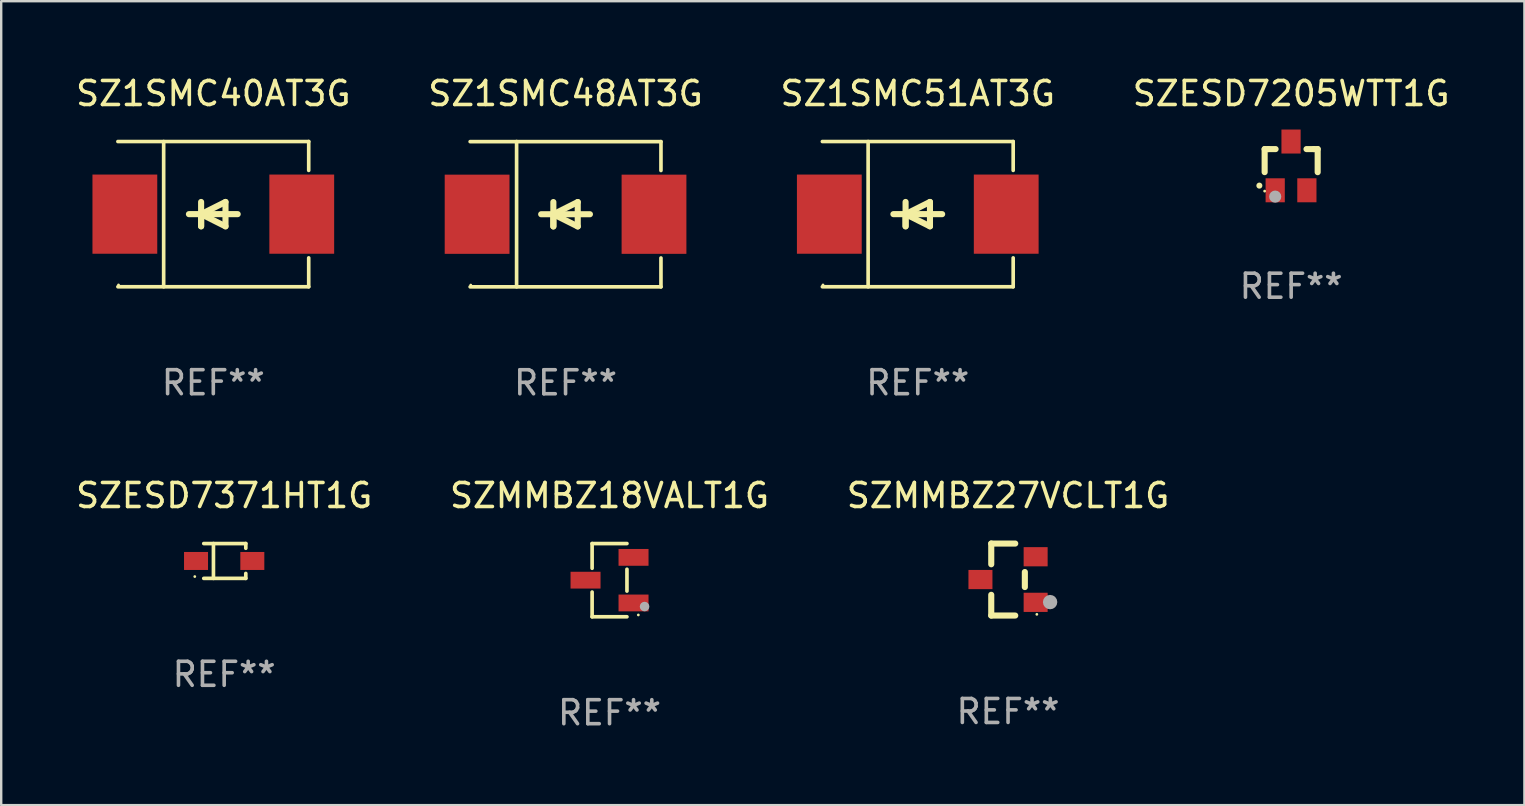
<source format=kicad_pcb>
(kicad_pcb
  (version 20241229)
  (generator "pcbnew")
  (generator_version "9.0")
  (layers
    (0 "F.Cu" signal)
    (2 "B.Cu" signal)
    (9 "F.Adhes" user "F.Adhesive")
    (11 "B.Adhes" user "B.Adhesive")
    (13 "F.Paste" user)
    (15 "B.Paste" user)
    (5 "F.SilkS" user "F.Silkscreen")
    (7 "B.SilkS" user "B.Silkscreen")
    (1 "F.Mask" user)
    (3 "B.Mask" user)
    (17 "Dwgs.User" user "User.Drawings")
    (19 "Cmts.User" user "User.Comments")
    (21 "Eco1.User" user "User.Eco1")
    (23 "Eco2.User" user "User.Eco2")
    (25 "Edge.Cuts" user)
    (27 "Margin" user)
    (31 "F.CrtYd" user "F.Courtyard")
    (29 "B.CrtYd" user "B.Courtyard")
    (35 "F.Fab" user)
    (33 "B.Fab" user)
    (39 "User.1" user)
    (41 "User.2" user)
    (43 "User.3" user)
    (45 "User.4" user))
  (footprint "SZESD7371HT1G"
    (layer "F.Cu")
    (at 6.292 20.327)
    (property "Reference" "SZESD7371HT1G" (at 0 -2.726 0) (layer "F.SilkS") (effects (font (size 1 1) (thickness 0.15))))
    (attr through_hole)
    (fp_line (start -0.851 -0.726) (end 0.901 -0.726) (stroke (width 0.152) (type solid)) (layer "F.SilkS"))
    (fp_line (start -0.851 0.726) (end 0.901 0.726) (stroke (width 0.152) (type solid)) (layer "F.SilkS"))
    (fp_line (start -0.447 -0.726) (end -0.447 0.726) (stroke (width 0.152) (type solid)) (layer "F.SilkS"))
    (fp_line (start 0.901 -0.726) (end 0.901 -0.53) (stroke (width 0.152) (type solid)) (layer "F.SilkS"))
    (fp_line (start 0.901 0.726) (end 0.901 0.52) (stroke (width 0.152) (type solid)) (layer "F.SilkS"))
    (fp_circle (center -1.225 0.65) (end -1.195 0.65) (stroke (width 0.06) (type solid)) (fill no) (layer "F.SilkS"))
    (fp_text user "REF**" (at 0 4.726 0) (layer "F.Fab") (effects (font (size 1 1) (thickness 0.15))))
    (pad "1" smd rect (at -1.173 0) (size 1 0.75) (layers "F.Cu" "F.Mask" "F.Paste"))
    (pad "2" smd rect (at 1.173 0) (size 1 0.75) (layers "F.Cu" "F.Mask" "F.Paste")))
  (footprint "SZMMBZ18VALT1G"
    (layer "F.Cu")
    (at 22.351 21.127)
    (property "Reference" "SZMMBZ18VALT1G" (at 0 -3.526 0) (layer "F.SilkS") (effects (font (size 1 1) (thickness 0.15))))
    (attr through_hole)
    (fp_line (start -0.726 -1.526) (end -0.726 -0.495) (stroke (width 0.152) (type solid)) (layer "F.SilkS"))
    (fp_line (start -0.726 1.526) (end -0.726 0.495) (stroke (width 0.152) (type solid)) (layer "F.SilkS"))
    (fp_line (start 0.726 -1.526) (end -0.726 -1.526) (stroke (width 0.152) (type solid)) (layer "F.SilkS"))
    (fp_line (start 0.726 -0.455) (end 0.726 0.455) (stroke (width 0.152) (type solid)) (layer "F.SilkS"))
    (fp_line (start 0.726 1.526) (end -0.726 1.526) (stroke (width 0.152) (type solid)) (layer "F.SilkS"))
    (fp_circle (center 1.2 1.45) (end 1.23 1.45) (stroke (width 0.06) (type solid)) (fill no) (layer "F.SilkS"))
    (fp_circle (center 1.46 1.1) (end 1.56 1.1) (stroke (width 0.2) (type solid)) (fill no) (layer "F.Fab"))
    (fp_text user "REF**" (at 0 5.526 0) (layer "F.Fab") (effects (font (size 1 1) (thickness 0.15))))
    (pad "1" smd rect (at 1 0.95) (size 1.25 0.7) (layers "F.Cu" "F.Mask" "F.Paste"))
    (pad "2" smd rect (at 1 -0.95) (size 1.25 0.7) (layers "F.Cu" "F.Mask" "F.Paste"))
    (pad "3" smd rect (at -1 0) (size 1.25 0.7) (layers "F.Cu" "F.Mask" "F.Paste")))
  (footprint "SZ1SMC51AT3G"
    (layer "F.Cu")
    (at 35.196 5.874)
    (property "Reference" "SZ1SMC51AT3G" (at 0 -5.026 0) (layer "F.SilkS") (effects (font (size 1 1) (thickness 0.15))))
    (attr through_hole)
    (fp_line (start -3.976 -3.026) (end 3.976 -3.026) (stroke (width 0.152) (type solid)) (layer "F.SilkS"))
    (fp_line (start -3.976 3.026) (end 3.976 3.026) (stroke (width 0.152) (type solid)) (layer "F.SilkS"))
    (fp_line (start -2.069 -3.026) (end -2.069 3.026) (stroke (width 0.152) (type solid)) (layer "F.SilkS"))
    (fp_line (start -0.508 0) (end -0.508 0.508) (stroke (width 0.254) (type solid)) (layer "F.SilkS"))
    (fp_line (start -0.508 0) (end 0.508 0.508) (stroke (width 0.254) (type solid)) (layer "F.SilkS"))
    (fp_line (start -0.508 0.508) (end -0.508 -0.508) (stroke (width 0.254) (type solid)) (layer "F.SilkS"))
    (fp_line (start 0.508 -0.508) (end -0.508 0) (stroke (width 0.254) (type solid)) (layer "F.SilkS"))
    (fp_line (start 0.508 0.508) (end 0.508 -0.508) (stroke (width 0.254) (type solid)) (layer "F.SilkS"))
    (fp_line (start 1.016 0) (end -1.016 0) (stroke (width 0.254) (type solid)) (layer "F.SilkS"))
    (fp_line (start 3.976 -3.026) (end 3.976 -1.823) (stroke (width 0.152) (type solid)) (layer "F.SilkS"))
    (fp_line (start 3.976 3.026) (end 3.976 1.823) (stroke (width 0.152) (type solid)) (layer "F.SilkS"))
    (fp_circle (center -3.95 2.95) (end -3.92 2.95) (stroke (width 0.06) (type solid)) (fill no) (layer "F.SilkS"))
    (fp_text user "REF**" (at 0 7.026 0) (layer "F.Fab") (effects (font (size 1 1) (thickness 0.15))))
    (pad "1" smd rect (at -3.686 0) (size 2.7 3.3) (layers "F.Cu" "F.Mask" "F.Paste"))
    (pad "2" smd rect (at 3.686 0) (size 2.7 3.3) (layers "F.Cu" "F.Mask" "F.Paste")))
  (footprint "SZ1SMC40AT3G"
    (layer "F.Cu")
    (at 5.839 5.874)
    (property "Reference" "SZ1SMC40AT3G" (at 0 -5.026 0) (layer "F.SilkS") (effects (font (size 1 1) (thickness 0.15))))
    (attr through_hole)
    (fp_line (start -3.976 -3.026) (end 3.976 -3.026) (stroke (width 0.152) (type solid)) (layer "F.SilkS"))
    (fp_line (start -3.976 3.026) (end 3.976 3.026) (stroke (width 0.152) (type solid)) (layer "F.SilkS"))
    (fp_line (start -2.069 -3.026) (end -2.069 3.026) (stroke (width 0.152) (type solid)) (layer "F.SilkS"))
    (fp_line (start -0.508 0) (end -0.508 0.508) (stroke (width 0.254) (type solid)) (layer "F.SilkS"))
    (fp_line (start -0.508 0) (end 0.508 0.508) (stroke (width 0.254) (type solid)) (layer "F.SilkS"))
    (fp_line (start -0.508 0.508) (end -0.508 -0.508) (stroke (width 0.254) (type solid)) (layer "F.SilkS"))
    (fp_line (start 0.508 -0.508) (end -0.508 0) (stroke (width 0.254) (type solid)) (layer "F.SilkS"))
    (fp_line (start 0.508 0.508) (end 0.508 -0.508) (stroke (width 0.254) (type solid)) (layer "F.SilkS"))
    (fp_line (start 1.016 0) (end -1.016 0) (stroke (width 0.254) (type solid)) (layer "F.SilkS"))
    (fp_line (start 3.976 -3.026) (end 3.976 -1.823) (stroke (width 0.152) (type solid)) (layer "F.SilkS"))
    (fp_line (start 3.976 3.026) (end 3.976 1.823) (stroke (width 0.152) (type solid)) (layer "F.SilkS"))
    (fp_circle (center -3.95 2.95) (end -3.92 2.95) (stroke (width 0.06) (type solid)) (fill no) (layer "F.SilkS"))
    (fp_text user "REF**" (at 0 7.026 0) (layer "F.Fab") (effects (font (size 1 1) (thickness 0.15))))
    (pad "1" smd rect (at -3.686 0) (size 2.7 3.3) (layers "F.Cu" "F.Mask" "F.Paste"))
    (pad "2" smd rect (at 3.686 0) (size 2.7 3.3) (layers "F.Cu" "F.Mask" "F.Paste")))
  (footprint "SZMMBZ27VCLT1G"
    (layer "F.Cu")
    (at 38.958 21.101)
    (property "Reference" "SZMMBZ27VCLT1G" (at 0 -3.5 0) (layer "F.SilkS") (effects (font (size 1 1) (thickness 0.15))))
    (attr through_hole)
    (fp_line (start -0.7 -1.5) (end 0.3 -1.5) (stroke (width 0.254) (type solid)) (layer "F.SilkS"))
    (fp_line (start -0.7 -0.636) (end -0.7 -1.5) (stroke (width 0.254) (type solid)) (layer "F.SilkS"))
    (fp_line (start -0.7 1.5) (end -0.7 0.636) (stroke (width 0.254) (type solid)) (layer "F.SilkS"))
    (fp_line (start -0.7 1.5) (end 0.3 1.5) (stroke (width 0.254) (type solid)) (layer "F.SilkS"))
    (fp_line (start 0.7 0.314) (end 0.7 -0.314) (stroke (width 0.254) (type solid)) (layer "F.SilkS"))
    (fp_circle (center 1.2 1.45) (end 1.23 1.45) (stroke (width 0.06) (type solid)) (fill no) (layer "F.SilkS"))
    (fp_circle (center 1.753 0.94) (end 1.903 0.94) (stroke (width 0.3) (type solid)) (fill no) (layer "F.Fab"))
    (fp_text user "REF**" (at 0 5.5 0) (layer "F.Fab") (effects (font (size 1 1) (thickness 0.15))))
    (pad "1" smd rect (at 1.15 0.95 180) (size 1 0.8) (layers "F.Cu" "F.Mask" "F.Paste"))
    (pad "2" smd rect (at 1.15 -0.95 180) (size 1 0.8) (layers "F.Cu" "F.Mask" "F.Paste"))
    (pad "3" smd rect (at -1.15 -0.000051 180) (size 1 0.8) (layers "F.Cu" "F.Mask" "F.Paste")))
  (footprint "SZ1SMC48AT3G"
    (layer "F.Cu")
    (at 20.518 5.876)
    (property "Reference" "SZ1SMC48AT3G" (at 0 -5.028 0) (layer "F.SilkS") (effects (font (size 1 1) (thickness 0.15))))
    (attr through_hole)
    (fp_line (start -3.976 -3.024) (end 3.976 -3.024) (stroke (width 0.152) (type solid)) (layer "F.SilkS"))
    (fp_line (start -3.976 3.028) (end 3.976 3.028) (stroke (width 0.152) (type solid)) (layer "F.SilkS"))
    (fp_line (start -2.04 -3.028) (end -2.04 3.024) (stroke (width 0.152) (type solid)) (layer "F.SilkS"))
    (fp_line (start -0.508 0.002) (end -0.508 0.51) (stroke (width 0.254) (type solid)) (layer "F.SilkS"))
    (fp_line (start -0.508 0.002) (end 0.508 0.51) (stroke (width 0.254) (type solid)) (layer "F.SilkS"))
    (fp_line (start -0.508 0.51) (end -0.508 -0.506) (stroke (width 0.254) (type solid)) (layer "F.SilkS"))
    (fp_line (start 0.508 -0.506) (end -0.508 0.002) (stroke (width 0.254) (type solid)) (layer "F.SilkS"))
    (fp_line (start 0.508 0.51) (end 0.508 -0.506) (stroke (width 0.254) (type solid)) (layer "F.SilkS"))
    (fp_line (start 1.016 0.002) (end -1.016 0.002) (stroke (width 0.254) (type solid)) (layer "F.SilkS"))
    (fp_line (start 3.976 -3.024) (end 3.976 -1.821) (stroke (width 0.152) (type solid)) (layer "F.SilkS"))
    (fp_line (start 3.976 3.028) (end 3.976 1.825) (stroke (width 0.152) (type solid)) (layer "F.SilkS"))
    (fp_circle (center -3.95 2.953) (end -3.92 2.953) (stroke (width 0.06) (type solid)) (fill no) (layer "F.SilkS"))
    (fp_text user "REF**" (at 0 7.028 0) (layer "F.Fab") (effects (font (size 1 1) (thickness 0.15))))
    (pad "1" smd rect (at -3.686 0.002) (size 2.7 3.3) (layers "F.Cu" "F.Mask" "F.Paste"))
    (pad "2" smd rect (at 3.686 0.002) (size 2.7 3.3) (layers "F.Cu" "F.Mask" "F.Paste")))
  (footprint "SZESD7205WTT1G"
    (layer "F.Cu")
    (at 50.756 3.864)
    (property "Reference" "SZESD7205WTT1G" (at 0 -3.016 0) (layer "F.SilkS") (effects (font (size 1 1) (thickness 0.15))))
    (attr through_hole)
    (fp_line (start -1.105 -0.701) (end -1.105 0.259) (stroke (width 0.254) (type solid)) (layer "F.SilkS"))
    (fp_line (start -0.955 -0.701) (end -1.105 -0.701) (stroke (width 0.254) (type solid)) (layer "F.SilkS"))
    (fp_line (start -0.955 -0.701) (end -0.649 -0.701) (stroke (width 0.254) (type solid)) (layer "F.SilkS"))
    (fp_line (start 0.639 -0.701) (end 0.945 -0.701) (stroke (width 0.254) (type solid)) (layer "F.SilkS"))
    (fp_line (start 0.945 -0.701) (end 1.105 -0.701) (stroke (width 0.254) (type solid)) (layer "F.SilkS"))
    (fp_line (start 1.105 -0.701) (end 1.105 0.261) (stroke (width 0.254) (type solid)) (layer "F.SilkS"))
    (fp_arc (start -1.324994 0.82253) (mid -1.325 0.82126) (end -1.324994 0.81999) (stroke (width 0.24892) (type solid)) (layer "F.SilkS"))
    (fp_circle (center -1.105 1.05) (end -1.075 1.05) (stroke (width 0.06) (type solid)) (fill no) (layer "F.SilkS"))
    (fp_circle (center -0.665 1.28) (end -0.538 1.28) (stroke (width 0.254) (type solid)) (fill no) (layer "F.Fab"))
    (fp_text user "REF**" (at 0 5.016 0) (layer "F.Fab") (effects (font (size 1 1) (thickness 0.15))))
    (pad "1" smd rect (at -0.665 1.016) (size 0.8 1) (layers "F.Cu" "F.Mask" "F.Paste"))
    (pad "2" smd rect (at 0.655 1.016) (size 0.8 1) (layers "F.Cu" "F.Mask" "F.Paste"))
    (pad "3" smd rect (at -0.005 -1.016) (size 0.8 1) (layers "F.Cu" "F.Mask" "F.Paste")))
  (gr_rect
    (start -3 -3)
    (end 60.476 30.502)
    (stroke (width 0.1) (type default))
    (fill no)
    (layer "Edge.Cuts")))
</source>
